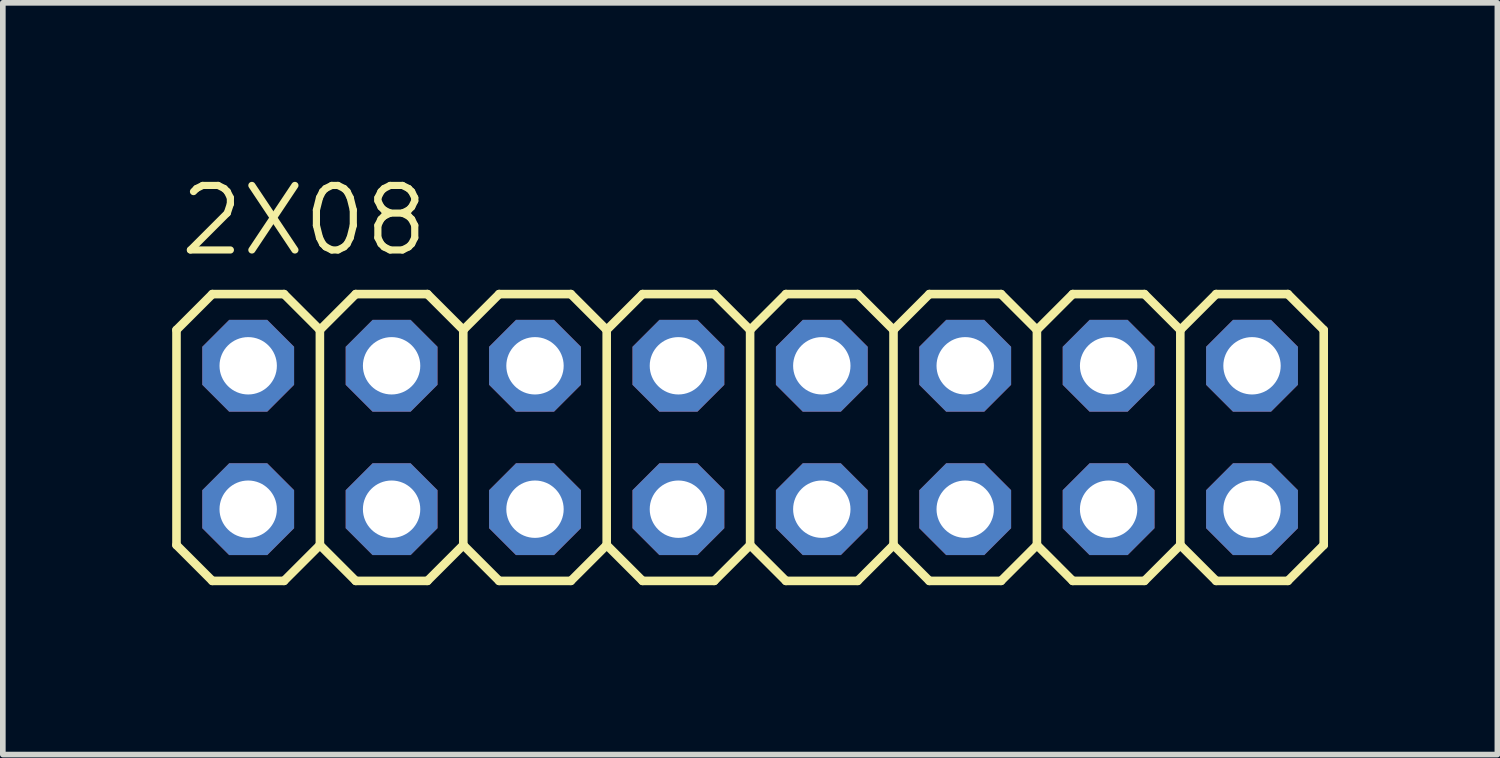
<source format=kicad_pcb>
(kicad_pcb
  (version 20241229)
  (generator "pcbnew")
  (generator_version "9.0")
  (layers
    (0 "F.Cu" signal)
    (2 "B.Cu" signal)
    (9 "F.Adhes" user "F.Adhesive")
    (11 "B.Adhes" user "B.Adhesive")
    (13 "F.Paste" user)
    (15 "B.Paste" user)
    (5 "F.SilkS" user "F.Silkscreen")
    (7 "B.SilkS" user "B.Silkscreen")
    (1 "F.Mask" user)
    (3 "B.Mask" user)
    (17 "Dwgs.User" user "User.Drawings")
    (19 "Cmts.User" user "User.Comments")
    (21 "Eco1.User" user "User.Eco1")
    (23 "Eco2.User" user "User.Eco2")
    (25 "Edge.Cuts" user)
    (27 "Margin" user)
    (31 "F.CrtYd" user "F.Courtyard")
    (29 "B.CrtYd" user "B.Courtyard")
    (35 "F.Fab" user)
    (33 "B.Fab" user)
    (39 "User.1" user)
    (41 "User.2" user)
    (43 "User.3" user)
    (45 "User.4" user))
  (footprint "2X08"
    (layer "F.Cu")
    (at 10.236 4.699)
    (property "Reference" "2X08" (at -10.16 -3.175 0) (layer "F.SilkS") (effects (font (size 1.143 1.143) (thickness 0.127)) (justify left bottom)))
    (fp_line (start -10.16 -1.905) (end -9.525 -2.54) (stroke (width 0.152) (type solid)) (layer "F.SilkS"))
    (fp_line (start -10.16 1.905) (end -10.16 -1.905) (stroke (width 0.152) (type solid)) (layer "F.SilkS"))
    (fp_line (start -10.16 1.905) (end -9.525 2.54) (stroke (width 0.152) (type solid)) (layer "F.SilkS"))
    (fp_line (start -9.525 -2.54) (end -8.255 -2.54) (stroke (width 0.152) (type solid)) (layer "F.SilkS"))
    (fp_line (start -9.525 2.54) (end -8.255 2.54) (stroke (width 0.152) (type solid)) (layer "F.SilkS"))
    (fp_line (start -8.255 -2.54) (end -7.62 -1.905) (stroke (width 0.152) (type solid)) (layer "F.SilkS"))
    (fp_line (start -8.255 2.54) (end -7.62 1.905) (stroke (width 0.152) (type solid)) (layer "F.SilkS"))
    (fp_line (start -7.62 -1.905) (end -7.62 1.905) (stroke (width 0.152) (type solid)) (layer "F.SilkS"))
    (fp_line (start -7.62 -1.905) (end -6.985 -2.54) (stroke (width 0.152) (type solid)) (layer "F.SilkS"))
    (fp_line (start -7.62 1.905) (end -6.985 2.54) (stroke (width 0.152) (type solid)) (layer "F.SilkS"))
    (fp_line (start -6.985 -2.54) (end -5.715 -2.54) (stroke (width 0.152) (type solid)) (layer "F.SilkS"))
    (fp_line (start -6.985 2.54) (end -5.715 2.54) (stroke (width 0.152) (type solid)) (layer "F.SilkS"))
    (fp_line (start -5.715 -2.54) (end -5.08 -1.905) (stroke (width 0.152) (type solid)) (layer "F.SilkS"))
    (fp_line (start -5.715 2.54) (end -5.08 1.905) (stroke (width 0.152) (type solid)) (layer "F.SilkS"))
    (fp_line (start -5.08 -1.905) (end -5.08 1.905) (stroke (width 0.152) (type solid)) (layer "F.SilkS"))
    (fp_line (start -5.08 -1.905) (end -4.445 -2.54) (stroke (width 0.152) (type solid)) (layer "F.SilkS"))
    (fp_line (start -5.08 1.905) (end -4.445 2.54) (stroke (width 0.152) (type solid)) (layer "F.SilkS"))
    (fp_line (start -4.445 -2.54) (end -3.175 -2.54) (stroke (width 0.152) (type solid)) (layer "F.SilkS"))
    (fp_line (start -4.445 2.54) (end -3.175 2.54) (stroke (width 0.152) (type solid)) (layer "F.SilkS"))
    (fp_line (start -3.175 -2.54) (end -2.54 -1.905) (stroke (width 0.152) (type solid)) (layer "F.SilkS"))
    (fp_line (start -3.175 2.54) (end -2.54 1.905) (stroke (width 0.152) (type solid)) (layer "F.SilkS"))
    (fp_line (start -2.54 -1.905) (end -2.54 1.905) (stroke (width 0.152) (type solid)) (layer "F.SilkS"))
    (fp_line (start -2.54 -1.905) (end -1.905 -2.54) (stroke (width 0.152) (type solid)) (layer "F.SilkS"))
    (fp_line (start -2.54 1.905) (end -1.905 2.54) (stroke (width 0.152) (type solid)) (layer "F.SilkS"))
    (fp_line (start -1.905 -2.54) (end -0.635 -2.54) (stroke (width 0.152) (type solid)) (layer "F.SilkS"))
    (fp_line (start -1.905 2.54) (end -0.635 2.54) (stroke (width 0.152) (type solid)) (layer "F.SilkS"))
    (fp_line (start -0.635 -2.54) (end 0 -1.905) (stroke (width 0.152) (type solid)) (layer "F.SilkS"))
    (fp_line (start -0.635 2.54) (end 0 1.905) (stroke (width 0.152) (type solid)) (layer "F.SilkS"))
    (fp_line (start 0 -1.905) (end 0 1.905) (stroke (width 0.152) (type solid)) (layer "F.SilkS"))
    (fp_line (start 0 -1.905) (end 0.635 -2.54) (stroke (width 0.152) (type solid)) (layer "F.SilkS"))
    (fp_line (start 0 1.905) (end 0.635 2.54) (stroke (width 0.152) (type solid)) (layer "F.SilkS"))
    (fp_line (start 0.635 -2.54) (end 1.905 -2.54) (stroke (width 0.152) (type solid)) (layer "F.SilkS"))
    (fp_line (start 0.635 2.54) (end 1.905 2.54) (stroke (width 0.152) (type solid)) (layer "F.SilkS"))
    (fp_line (start 1.905 -2.54) (end 2.54 -1.905) (stroke (width 0.152) (type solid)) (layer "F.SilkS"))
    (fp_line (start 1.905 2.54) (end 2.54 1.905) (stroke (width 0.152) (type solid)) (layer "F.SilkS"))
    (fp_line (start 2.54 -1.905) (end 2.54 1.905) (stroke (width 0.152) (type solid)) (layer "F.SilkS"))
    (fp_line (start 2.54 -1.905) (end 3.175 -2.54) (stroke (width 0.152) (type solid)) (layer "F.SilkS"))
    (fp_line (start 2.54 1.905) (end 3.175 2.54) (stroke (width 0.152) (type solid)) (layer "F.SilkS"))
    (fp_line (start 3.175 -2.54) (end 4.445 -2.54) (stroke (width 0.152) (type solid)) (layer "F.SilkS"))
    (fp_line (start 3.175 2.54) (end 4.445 2.54) (stroke (width 0.152) (type solid)) (layer "F.SilkS"))
    (fp_line (start 4.445 -2.54) (end 5.08 -1.905) (stroke (width 0.152) (type solid)) (layer "F.SilkS"))
    (fp_line (start 4.445 2.54) (end 5.08 1.905) (stroke (width 0.152) (type solid)) (layer "F.SilkS"))
    (fp_line (start 5.08 -1.905) (end 5.08 1.905) (stroke (width 0.152) (type solid)) (layer "F.SilkS"))
    (fp_line (start 5.08 -1.905) (end 5.715 -2.54) (stroke (width 0.152) (type solid)) (layer "F.SilkS"))
    (fp_line (start 5.08 1.905) (end 5.715 2.54) (stroke (width 0.152) (type solid)) (layer "F.SilkS"))
    (fp_line (start 5.715 -2.54) (end 6.985 -2.54) (stroke (width 0.152) (type solid)) (layer "F.SilkS"))
    (fp_line (start 5.715 2.54) (end 6.985 2.54) (stroke (width 0.152) (type solid)) (layer "F.SilkS"))
    (fp_line (start 6.985 -2.54) (end 7.62 -1.905) (stroke (width 0.152) (type solid)) (layer "F.SilkS"))
    (fp_line (start 7.62 -1.905) (end 7.62 1.905) (stroke (width 0.152) (type solid)) (layer "F.SilkS"))
    (fp_line (start 7.62 -1.905) (end 8.255 -2.54) (stroke (width 0.152) (type solid)) (layer "F.SilkS"))
    (fp_line (start 7.62 1.905) (end 6.985 2.54) (stroke (width 0.152) (type solid)) (layer "F.SilkS"))
    (fp_line (start 7.62 1.905) (end 8.255 2.54) (stroke (width 0.152) (type solid)) (layer "F.SilkS"))
    (fp_line (start 8.255 -2.54) (end 9.525 -2.54) (stroke (width 0.152) (type solid)) (layer "F.SilkS"))
    (fp_line (start 8.255 2.54) (end 9.525 2.54) (stroke (width 0.152) (type solid)) (layer "F.SilkS"))
    (fp_line (start 9.525 -2.54) (end 10.16 -1.905) (stroke (width 0.152) (type solid)) (layer "F.SilkS"))
    (fp_line (start 10.16 -1.905) (end 10.16 1.905) (stroke (width 0.152) (type solid)) (layer "F.SilkS"))
    (fp_line (start 10.16 1.905) (end 9.525 2.54) (stroke (width 0.152) (type solid)) (layer "F.SilkS"))
    (fp_poly (pts (xy -9.144 -1.016) (xy -8.636 -1.016) (xy -8.636 -1.524) (xy -9.144 -1.524)) (stroke (width 0.1) (type default)) (fill no) (layer "F.Fab"))
    (fp_poly (pts (xy -9.144 1.524) (xy -8.636 1.524) (xy -8.636 1.016) (xy -9.144 1.016)) (stroke (width 0.1) (type default)) (fill no) (layer "F.Fab"))
    (fp_poly (pts (xy -6.604 -1.016) (xy -6.096 -1.016) (xy -6.096 -1.524) (xy -6.604 -1.524)) (stroke (width 0.1) (type default)) (fill no) (layer "F.Fab"))
    (fp_poly (pts (xy -6.604 1.524) (xy -6.096 1.524) (xy -6.096 1.016) (xy -6.604 1.016)) (stroke (width 0.1) (type default)) (fill no) (layer "F.Fab"))
    (fp_poly (pts (xy -4.064 -1.016) (xy -3.556 -1.016) (xy -3.556 -1.524) (xy -4.064 -1.524)) (stroke (width 0.1) (type default)) (fill no) (layer "F.Fab"))
    (fp_poly (pts (xy -4.064 1.524) (xy -3.556 1.524) (xy -3.556 1.016) (xy -4.064 1.016)) (stroke (width 0.1) (type default)) (fill no) (layer "F.Fab"))
    (fp_poly (pts (xy -1.524 -1.016) (xy -1.016 -1.016) (xy -1.016 -1.524) (xy -1.524 -1.524)) (stroke (width 0.1) (type default)) (fill no) (layer "F.Fab"))
    (fp_poly (pts (xy -1.524 1.524) (xy -1.016 1.524) (xy -1.016 1.016) (xy -1.524 1.016)) (stroke (width 0.1) (type default)) (fill no) (layer "F.Fab"))
    (fp_poly (pts (xy 1.016 -1.016) (xy 1.524 -1.016) (xy 1.524 -1.524) (xy 1.016 -1.524)) (stroke (width 0.1) (type default)) (fill no) (layer "F.Fab"))
    (fp_poly (pts (xy 1.016 1.524) (xy 1.524 1.524) (xy 1.524 1.016) (xy 1.016 1.016)) (stroke (width 0.1) (type default)) (fill no) (layer "F.Fab"))
    (fp_poly (pts (xy 3.556 -1.016) (xy 4.064 -1.016) (xy 4.064 -1.524) (xy 3.556 -1.524)) (stroke (width 0.1) (type default)) (fill no) (layer "F.Fab"))
    (fp_poly (pts (xy 3.556 1.524) (xy 4.064 1.524) (xy 4.064 1.016) (xy 3.556 1.016)) (stroke (width 0.1) (type default)) (fill no) (layer "F.Fab"))
    (fp_poly (pts (xy 6.096 -1.016) (xy 6.604 -1.016) (xy 6.604 -1.524) (xy 6.096 -1.524)) (stroke (width 0.1) (type default)) (fill no) (layer "F.Fab"))
    (fp_poly (pts (xy 6.096 1.524) (xy 6.604 1.524) (xy 6.604 1.016) (xy 6.096 1.016)) (stroke (width 0.1) (type default)) (fill no) (layer "F.Fab"))
    (fp_poly (pts (xy 8.636 -1.016) (xy 9.144 -1.016) (xy 9.144 -1.524) (xy 8.636 -1.524)) (stroke (width 0.1) (type default)) (fill no) (layer "F.Fab"))
    (fp_poly (pts (xy 8.636 1.524) (xy 9.144 1.524) (xy 9.144 1.016) (xy 8.636 1.016)) (stroke (width 0.1) (type default)) (fill no) (layer "F.Fab"))
    (pad "1" thru_hole roundrect (at -8.89 1.27) (size 1.626 1.626) (drill 1.016) (layers "*.Cu" "*.Mask") (roundrect_rratio 0.25) (chamfer_ratio 0.293) (chamfer top_left top_right bottom_left bottom_right))
    (pad "2" thru_hole roundrect (at -8.89 -1.27) (size 1.626 1.626) (drill 1.016) (layers "*.Cu" "*.Mask") (roundrect_rratio 0.25) (chamfer_ratio 0.293) (chamfer top_left top_right bottom_left bottom_right))
    (pad "3" thru_hole roundrect (at -6.35 1.27) (size 1.626 1.626) (drill 1.016) (layers "*.Cu" "*.Mask") (roundrect_rratio 0.25) (chamfer_ratio 0.293) (chamfer top_left top_right bottom_left bottom_right))
    (pad "4" thru_hole roundrect (at -6.35 -1.27) (size 1.626 1.626) (drill 1.016) (layers "*.Cu" "*.Mask") (roundrect_rratio 0.25) (chamfer_ratio 0.293) (chamfer top_left top_right bottom_left bottom_right))
    (pad "5" thru_hole roundrect (at -3.81 1.27) (size 1.626 1.626) (drill 1.016) (layers "*.Cu" "*.Mask") (roundrect_rratio 0.25) (chamfer_ratio 0.293) (chamfer top_left top_right bottom_left bottom_right))
    (pad "6" thru_hole roundrect (at -3.81 -1.27) (size 1.626 1.626) (drill 1.016) (layers "*.Cu" "*.Mask") (roundrect_rratio 0.25) (chamfer_ratio 0.293) (chamfer top_left top_right bottom_left bottom_right))
    (pad "7" thru_hole roundrect (at -1.27 1.27) (size 1.626 1.626) (drill 1.016) (layers "*.Cu" "*.Mask") (roundrect_rratio 0.25) (chamfer_ratio 0.293) (chamfer top_left top_right bottom_left bottom_right))
    (pad "8" thru_hole roundrect (at -1.27 -1.27) (size 1.626 1.626) (drill 1.016) (layers "*.Cu" "*.Mask") (roundrect_rratio 0.25) (chamfer_ratio 0.293) (chamfer top_left top_right bottom_left bottom_right))
    (pad "9" thru_hole roundrect (at 1.27 1.27) (size 1.626 1.626) (drill 1.016) (layers "*.Cu" "*.Mask") (roundrect_rratio 0.25) (chamfer_ratio 0.293) (chamfer top_left top_right bottom_left bottom_right))
    (pad "10" thru_hole roundrect (at 1.27 -1.27) (size 1.626 1.626) (drill 1.016) (layers "*.Cu" "*.Mask") (roundrect_rratio 0.25) (chamfer_ratio 0.293) (chamfer top_left top_right bottom_left bottom_right))
    (pad "11" thru_hole roundrect (at 3.81 1.27) (size 1.626 1.626) (drill 1.016) (layers "*.Cu" "*.Mask") (roundrect_rratio 0.25) (chamfer_ratio 0.293) (chamfer top_left top_right bottom_left bottom_right))
    (pad "12" thru_hole roundrect (at 3.81 -1.27) (size 1.626 1.626) (drill 1.016) (layers "*.Cu" "*.Mask") (roundrect_rratio 0.25) (chamfer_ratio 0.293) (chamfer top_left top_right bottom_left bottom_right))
    (pad "13" thru_hole roundrect (at 6.35 1.27) (size 1.626 1.626) (drill 1.016) (layers "*.Cu" "*.Mask") (roundrect_rratio 0.25) (chamfer_ratio 0.293) (chamfer top_left top_right bottom_left bottom_right))
    (pad "14" thru_hole roundrect (at 6.35 -1.27) (size 1.626 1.626) (drill 1.016) (layers "*.Cu" "*.Mask") (roundrect_rratio 0.25) (chamfer_ratio 0.293) (chamfer top_left top_right bottom_left bottom_right))
    (pad "15" thru_hole roundrect (at 8.89 1.27) (size 1.626 1.626) (drill 1.016) (layers "*.Cu" "*.Mask") (roundrect_rratio 0.25) (chamfer_ratio 0.293) (chamfer top_left top_right bottom_left bottom_right))
    (pad "16" thru_hole roundrect (at 8.89 -1.27) (size 1.626 1.626) (drill 1.016) (layers "*.Cu" "*.Mask") (roundrect_rratio 0.25) (chamfer_ratio 0.293) (chamfer top_left top_right bottom_left bottom_right)))
  (gr_rect
    (start -3 -3)
    (end 23.472 10.315)
    (stroke (width 0.1) (type default))
    (fill no)
    (layer "Edge.Cuts")))
</source>
